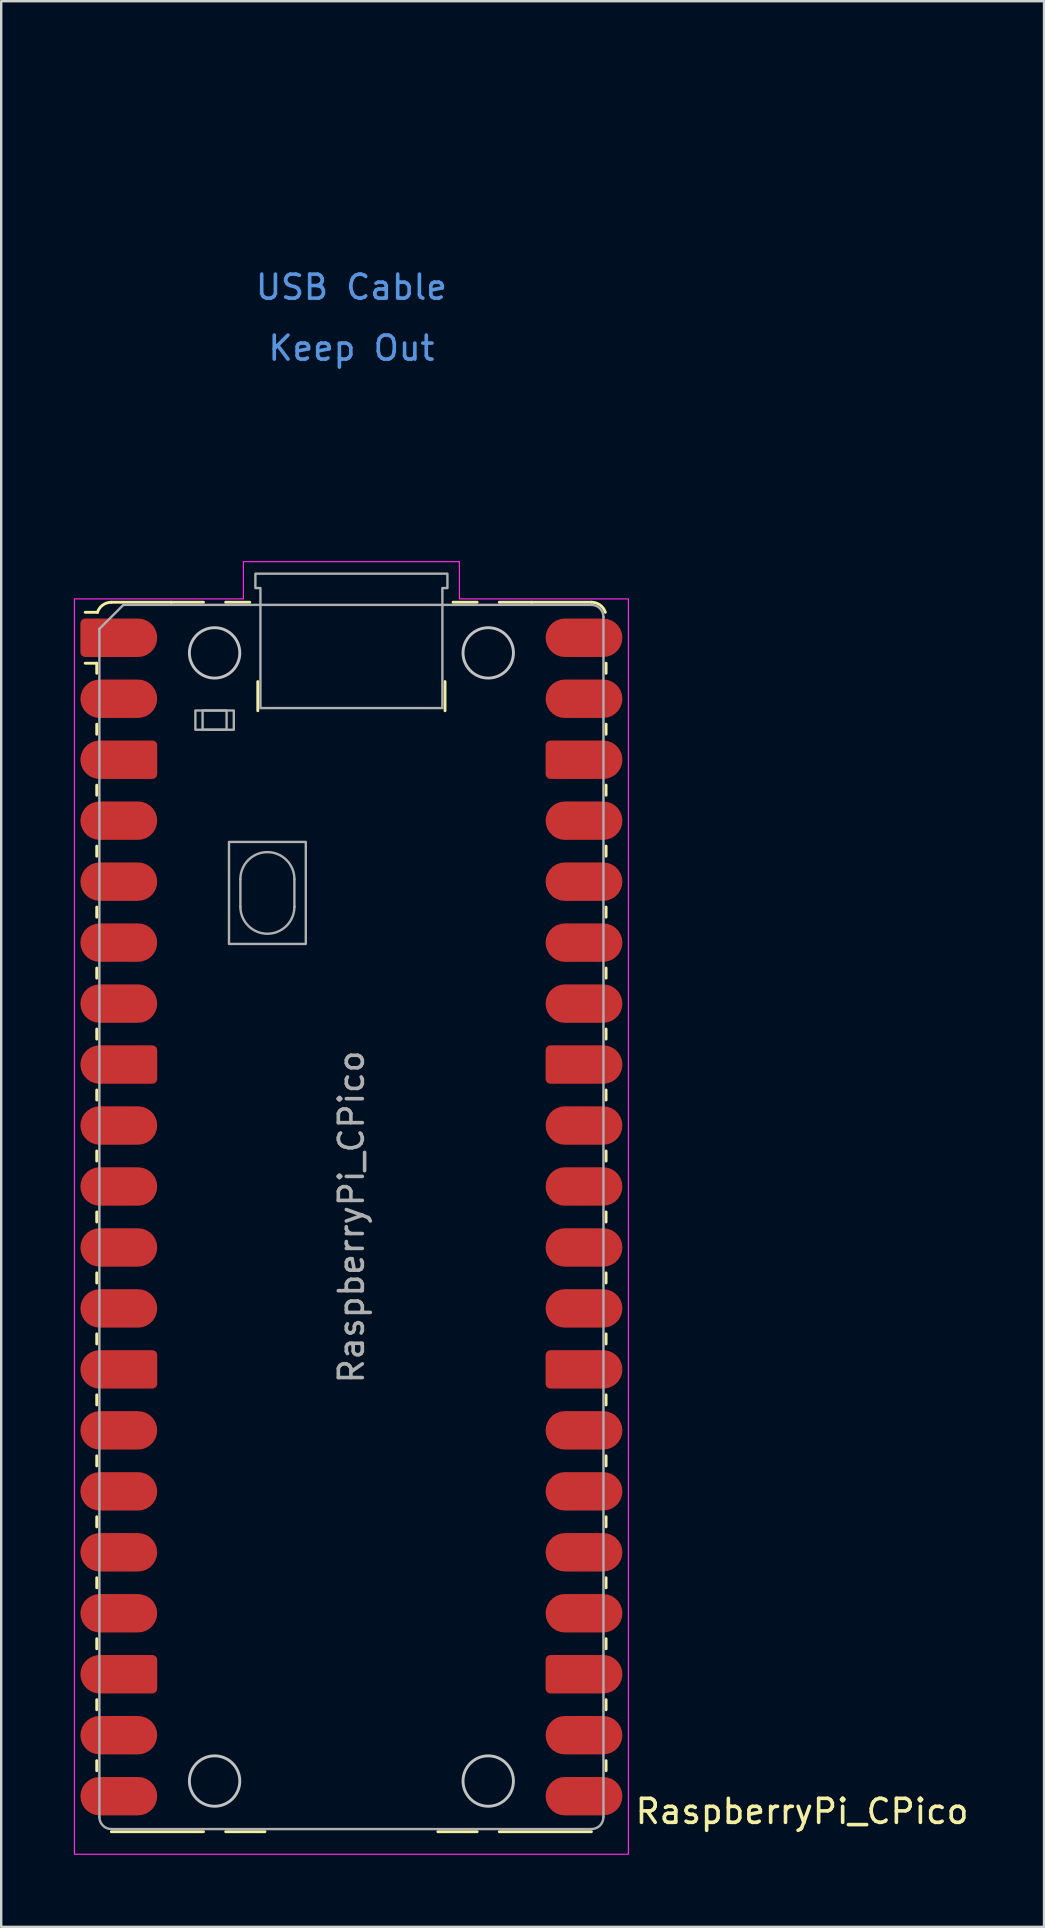
<source format=kicad_pcb>
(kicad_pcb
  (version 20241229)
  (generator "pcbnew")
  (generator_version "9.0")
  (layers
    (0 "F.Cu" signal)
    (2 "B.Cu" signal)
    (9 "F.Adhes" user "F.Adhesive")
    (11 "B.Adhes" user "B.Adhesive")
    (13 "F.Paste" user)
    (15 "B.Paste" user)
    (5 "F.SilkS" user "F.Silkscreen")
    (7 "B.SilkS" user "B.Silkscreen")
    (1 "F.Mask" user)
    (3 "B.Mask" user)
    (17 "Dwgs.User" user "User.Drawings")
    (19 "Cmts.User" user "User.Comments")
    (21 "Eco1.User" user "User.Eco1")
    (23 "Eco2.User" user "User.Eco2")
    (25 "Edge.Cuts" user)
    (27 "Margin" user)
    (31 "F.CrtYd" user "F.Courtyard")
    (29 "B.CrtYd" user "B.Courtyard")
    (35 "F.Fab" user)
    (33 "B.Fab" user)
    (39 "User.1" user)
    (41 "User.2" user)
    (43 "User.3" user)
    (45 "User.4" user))
  (footprint "RaspberryPi_CPico"
    (layer "F.Cu")
    (at 11.59 47.65)
    (property "Reference" "RaspberryPi_CPico" (at 11.748 24.765 0) (unlocked yes) (layer "F.SilkS") (effects (font (size 1 1) (thickness 0.15)) (justify left)))
    (attr smd)
    (fp_line (start -10.61 -23.07) (end -11.09 -23.07) (stroke (width 0.12) (type solid)) (layer "F.SilkS"))
    (fp_line (start -10.61 -23.07) (end -10.61 -22.65) (stroke (width 0.12) (type solid)) (layer "F.SilkS"))
    (fp_line (start -10.61 -20.53) (end -10.61 -20.11) (stroke (width 0.12) (type solid)) (layer "F.SilkS"))
    (fp_line (start -10.61 -17.99) (end -10.61 -17.57) (stroke (width 0.12) (type solid)) (layer "F.SilkS"))
    (fp_line (start -10.61 -15.45) (end -10.61 -15.03) (stroke (width 0.12) (type solid)) (layer "F.SilkS"))
    (fp_line (start -10.61 -12.91) (end -10.61 -12.49) (stroke (width 0.12) (type solid)) (layer "F.SilkS"))
    (fp_line (start -10.61 -10.37) (end -10.61 -9.95) (stroke (width 0.12) (type solid)) (layer "F.SilkS"))
    (fp_line (start -10.61 -7.83) (end -10.61 -7.41) (stroke (width 0.12) (type solid)) (layer "F.SilkS"))
    (fp_line (start -10.61 -5.29) (end -10.61 -4.87) (stroke (width 0.12) (type solid)) (layer "F.SilkS"))
    (fp_line (start -10.61 -2.75) (end -10.61 -2.33) (stroke (width 0.12) (type solid)) (layer "F.SilkS"))
    (fp_line (start -10.61 -0.21) (end -10.61 0.21) (stroke (width 0.12) (type solid)) (layer "F.SilkS"))
    (fp_line (start -10.61 2.33) (end -10.61 2.75) (stroke (width 0.12) (type solid)) (layer "F.SilkS"))
    (fp_line (start -10.61 4.87) (end -10.61 5.29) (stroke (width 0.12) (type solid)) (layer "F.SilkS"))
    (fp_line (start -10.61 7.41) (end -10.61 7.83) (stroke (width 0.12) (type solid)) (layer "F.SilkS"))
    (fp_line (start -10.61 9.95) (end -10.61 10.37) (stroke (width 0.12) (type solid)) (layer "F.SilkS"))
    (fp_line (start -10.61 12.49) (end -10.61 12.91) (stroke (width 0.12) (type solid)) (layer "F.SilkS"))
    (fp_line (start -10.61 15.03) (end -10.61 15.45) (stroke (width 0.12) (type solid)) (layer "F.SilkS"))
    (fp_line (start -10.61 17.57) (end -10.61 17.99) (stroke (width 0.12) (type solid)) (layer "F.SilkS"))
    (fp_line (start -10.61 20.11) (end -10.61 20.53) (stroke (width 0.12) (type solid)) (layer "F.SilkS"))
    (fp_line (start -10.61 22.65) (end -10.61 23.07) (stroke (width 0.12) (type solid)) (layer "F.SilkS"))
    (fp_line (start -10.58 -25.19) (end -11.09 -25.19) (stroke (width 0.12) (type solid)) (layer "F.SilkS"))
    (fp_line (start -10 -25.61) (end -7.51 -25.61) (stroke (width 0.12) (type solid)) (layer "F.SilkS"))
    (fp_line (start -10 25.61) (end -6.162 25.61) (stroke (width 0.12) (type solid)) (layer "F.SilkS"))
    (fp_line (start -7.51 -25.61) (end -6.162 -25.61) (stroke (width 0.12) (type solid)) (layer "F.SilkS"))
    (fp_line (start -5.238 -25.61) (end -4.235 -25.61) (stroke (width 0.12) (type solid)) (layer "F.SilkS"))
    (fp_line (start -3.9 -22.306) (end -3.9 -21.09) (stroke (width 0.12) (type solid)) (layer "F.SilkS"))
    (fp_line (start -3.6 25.61) (end -5.238 25.61) (stroke (width 0.12) (type solid)) (layer "F.SilkS"))
    (fp_line (start 3.9 -22.306) (end 3.9 -21.09) (stroke (width 0.12) (type solid)) (layer "F.SilkS"))
    (fp_line (start 4.235 -25.61) (end 5.238 -25.61) (stroke (width 0.12) (type solid)) (layer "F.SilkS"))
    (fp_line (start 5.238 25.61) (end 3.6 25.61) (stroke (width 0.12) (type solid)) (layer "F.SilkS"))
    (fp_line (start 6.162 -25.61) (end 7.51 -25.61) (stroke (width 0.12) (type solid)) (layer "F.SilkS"))
    (fp_line (start 6.162 25.61) (end 10 25.61) (stroke (width 0.12) (type solid)) (layer "F.SilkS"))
    (fp_line (start 10 -25.61) (end 7.51 -25.61) (stroke (width 0.12) (type solid)) (layer "F.SilkS"))
    (fp_line (start 10.61 -23.07) (end 10.61 -22.65) (stroke (width 0.12) (type solid)) (layer "F.SilkS"))
    (fp_line (start 10.61 -20.53) (end 10.61 -20.11) (stroke (width 0.12) (type solid)) (layer "F.SilkS"))
    (fp_line (start 10.61 -17.99) (end 10.61 -17.57) (stroke (width 0.12) (type solid)) (layer "F.SilkS"))
    (fp_line (start 10.61 -15.45) (end 10.61 -15.03) (stroke (width 0.12) (type solid)) (layer "F.SilkS"))
    (fp_line (start 10.61 -12.91) (end 10.61 -12.49) (stroke (width 0.12) (type solid)) (layer "F.SilkS"))
    (fp_line (start 10.61 -10.37) (end 10.61 -9.95) (stroke (width 0.12) (type solid)) (layer "F.SilkS"))
    (fp_line (start 10.61 -7.83) (end 10.61 -7.41) (stroke (width 0.12) (type solid)) (layer "F.SilkS"))
    (fp_line (start 10.61 -5.29) (end 10.61 -4.87) (stroke (width 0.12) (type solid)) (layer "F.SilkS"))
    (fp_line (start 10.61 -2.75) (end 10.61 -2.33) (stroke (width 0.12) (type solid)) (layer "F.SilkS"))
    (fp_line (start 10.61 -0.21) (end 10.61 0.21) (stroke (width 0.12) (type solid)) (layer "F.SilkS"))
    (fp_line (start 10.61 2.33) (end 10.61 2.75) (stroke (width 0.12) (type solid)) (layer "F.SilkS"))
    (fp_line (start 10.61 4.87) (end 10.61 5.29) (stroke (width 0.12) (type solid)) (layer "F.SilkS"))
    (fp_line (start 10.61 7.41) (end 10.61 7.83) (stroke (width 0.12) (type solid)) (layer "F.SilkS"))
    (fp_line (start 10.61 9.95) (end 10.61 10.37) (stroke (width 0.12) (type solid)) (layer "F.SilkS"))
    (fp_line (start 10.61 12.49) (end 10.61 12.91) (stroke (width 0.12) (type solid)) (layer "F.SilkS"))
    (fp_line (start 10.61 15.03) (end 10.61 15.45) (stroke (width 0.12) (type solid)) (layer "F.SilkS"))
    (fp_line (start 10.61 17.57) (end 10.61 17.99) (stroke (width 0.12) (type solid)) (layer "F.SilkS"))
    (fp_line (start 10.61 20.11) (end 10.61 20.53) (stroke (width 0.12) (type solid)) (layer "F.SilkS"))
    (fp_line (start 10.61 22.65) (end 10.61 23.07) (stroke (width 0.12) (type solid)) (layer "F.SilkS"))
    (fp_arc (start -10.579676 -25.19) (mid -10.357938 -25.493944) (end -10 -25.61) (stroke (width 0.12) (type solid)) (layer "F.SilkS"))
    (fp_arc (start 10 -25.61) (mid 10.357937 -25.493944) (end 10.579676 -25.189937) (stroke (width 0.12) (type solid)) (layer "F.SilkS"))
    (fp_circle (center -5.7 -23.5) (end -4.65 -23.5) (stroke (width 0.12) (type solid)) (fill no) (layer "Dwgs.User"))
    (fp_circle (center -5.7 23.5) (end -4.65 23.5) (stroke (width 0.12) (type solid)) (fill no) (layer "Dwgs.User"))
    (fp_circle (center 5.7 -23.5) (end 6.75 -23.5) (stroke (width 0.12) (type solid)) (fill no) (layer "Dwgs.User"))
    (fp_circle (center 5.7 23.5) (end 6.75 23.5) (stroke (width 0.12) (type solid)) (fill no) (layer "Dwgs.User"))
    (fp_poly (pts (xy -4.5 -27.3) (xy 4.5 -27.3) (xy 4.5 -25.75) (xy 11.54 -25.75) (xy 11.54 26.55) (xy -11.54 26.55) (xy -11.54 -25.75) (xy -4.5 -25.75)) (stroke (width 0.05) (type solid)) (fill no) (layer "F.CrtYd"))
    (fp_line (start -10.5 -24.5) (end -9.5 -25.5) (stroke (width 0.1) (type solid)) (layer "F.Fab"))
    (fp_line (start -10.5 25) (end -10.5 -24.5) (stroke (width 0.1) (type solid)) (layer "F.Fab"))
    (fp_line (start -9.5 -25.5) (end 10 -25.5) (stroke (width 0.1) (type solid)) (layer "F.Fab"))
    (fp_line (start -4.625 -14.075) (end -4.625 -12.925) (stroke (width 0.1) (type solid)) (layer "F.Fab"))
    (fp_line (start -2.375 -14.075) (end -2.375 -12.925) (stroke (width 0.1) (type solid)) (layer "F.Fab"))
    (fp_line (start 10 25.5) (end -10 25.5) (stroke (width 0.1) (type solid)) (layer "F.Fab"))
    (fp_line (start 10.5 -25) (end 10.5 25) (stroke (width 0.1) (type solid)) (layer "F.Fab"))
    (fp_rect (start -6.5 -21.1) (end -4.9 -20.3) (stroke (width 0.1) (type solid)) (fill no) (layer "F.Fab"))
    (fp_rect (start -6.2 -21.1) (end -5.2 -20.3) (stroke (width 0.1) (type solid)) (fill no) (layer "F.Fab"))
    (fp_rect (start -5.1 -15.625) (end -1.9 -11.375) (stroke (width 0.1) (type solid)) (fill no) (layer "F.Fab"))
    (fp_arc (start -10 25.5) (mid -10.353553 25.353553) (end -10.5 25) (stroke (width 0.1) (type solid)) (layer "F.Fab"))
    (fp_arc (start -4.625 -14.075) (mid -3.5 -15.2) (end -2.375 -14.075) (stroke (width 0.1) (type solid)) (layer "F.Fab"))
    (fp_arc (start -2.375 -12.925) (mid -3.5 -11.8) (end -4.625 -12.925) (stroke (width 0.1) (type solid)) (layer "F.Fab"))
    (fp_arc (start 10 -25.5) (mid 10.353553 -25.353553) (end 10.5 -25) (stroke (width 0.1) (type solid)) (layer "F.Fab"))
    (fp_arc (start 10.5 25) (mid 10.353553 25.353553) (end 10 25.5) (stroke (width 0.1) (type solid)) (layer "F.Fab"))
    (fp_poly (pts (xy 3.79 -21.2) (xy 3.79 -26.2) (xy 4 -26.2) (xy 4 -26.8) (xy -4 -26.8) (xy -4 -26.2) (xy -3.79 -26.2) (xy -3.79 -21.2)) (stroke (width 0.1) (type solid)) (fill no) (layer "F.Fab"))
    (fp_text user "USB Cable" (at 0 -38.735 0) (unlocked yes) (layer "Cmts.User") (effects (font (size 1 1) (thickness 0.15))))
    (fp_text user "Keep Out" (at 0 -36.195 0) (unlocked yes) (layer "Cmts.User") (effects (font (size 1 1) (thickness 0.15))))
    (fp_text user "${REFERENCE}" (at 0 0 90) (layer "F.Fab") (effects (font (size 1 1) (thickness 0.15))))
    (pad "" smd rect (at -8.89 -24.13) (size 3.8 2.2) (drill (offset -0.8 0)) (layers "F.Paste"))
    (pad "" smd rect (at -8.89 -21.59) (size 3.8 2.2) (drill (offset -0.8 0)) (layers "F.Paste"))
    (pad "" smd rect (at -8.89 -19.05) (size 3.8 2.2) (drill (offset -0.8 0)) (layers "F.Paste"))
    (pad "" smd rect (at -8.89 -16.51) (size 3.8 2.2) (drill (offset -0.8 0)) (layers "F.Paste"))
    (pad "" smd rect (at -8.89 -13.97) (size 3.8 2.2) (drill (offset -0.8 0)) (layers "F.Paste"))
    (pad "" smd rect (at -8.89 -11.43) (size 3.8 2.2) (drill (offset -0.8 0)) (layers "F.Paste"))
    (pad "" smd rect (at -8.89 -8.89) (size 3.8 2.2) (drill (offset -0.8 0)) (layers "F.Paste"))
    (pad "" smd rect (at -8.89 -6.35) (size 3.8 2.2) (drill (offset -0.8 0)) (layers "F.Paste"))
    (pad "" smd rect (at -8.89 -3.81) (size 3.8 2.2) (drill (offset -0.8 0)) (layers "F.Paste"))
    (pad "" smd rect (at -8.89 -1.27) (size 3.8 2.2) (drill (offset -0.8 0)) (layers "F.Paste"))
    (pad "" smd rect (at -8.89 1.27) (size 3.8 2.2) (drill (offset -0.8 0)) (layers "F.Paste"))
    (pad "" smd rect (at -8.89 3.81) (size 3.8 2.2) (drill (offset -0.8 0)) (layers "F.Paste"))
    (pad "" smd rect (at -8.89 6.35) (size 3.8 2.2) (drill (offset -0.8 0)) (layers "F.Paste"))
    (pad "" smd rect (at -8.89 8.89) (size 3.8 2.2) (drill (offset -0.8 0)) (layers "F.Paste"))
    (pad "" smd rect (at -8.89 11.43) (size 3.8 2.2) (drill (offset -0.8 0)) (layers "F.Paste"))
    (pad "" smd rect (at -8.89 13.97) (size 3.8 2.2) (drill (offset -0.8 0)) (layers "F.Paste"))
    (pad "" smd rect (at -8.89 16.51) (size 3.8 2.2) (drill (offset -0.8 0)) (layers "F.Paste"))
    (pad "" smd rect (at -8.89 19.05) (size 3.8 2.2) (drill (offset -0.8 0)) (layers "F.Paste"))
    (pad "" smd rect (at -8.89 21.59) (size 3.8 2.2) (drill (offset -0.8 0)) (layers "F.Paste"))
    (pad "" smd rect (at -8.89 24.13) (size 3.8 2.2) (drill (offset -0.8 0)) (layers "F.Paste"))
    (pad "" smd rect (at 8.89 -24.13) (size 3.8 2.2) (drill (offset 0.8 0)) (layers "F.Paste"))
    (pad "" smd rect (at 8.89 -21.59) (size 3.8 2.2) (drill (offset 0.8 0)) (layers "F.Paste"))
    (pad "" smd rect (at 8.89 -19.05) (size 3.8 2.2) (drill (offset 0.8 0)) (layers "F.Paste"))
    (pad "" smd rect (at 8.89 -16.51) (size 3.8 2.2) (drill (offset 0.8 0)) (layers "F.Paste"))
    (pad "" smd rect (at 8.89 -13.97) (size 3.8 2.2) (drill (offset 0.8 0)) (layers "F.Paste"))
    (pad "" smd rect (at 8.89 -11.43) (size 3.8 2.2) (drill (offset 0.8 0)) (layers "F.Paste"))
    (pad "" smd rect (at 8.89 -8.89) (size 3.8 2.2) (drill (offset 0.8 0)) (layers "F.Paste"))
    (pad "" smd rect (at 8.89 -6.35) (size 3.8 2.2) (drill (offset 0.8 0)) (layers "F.Paste"))
    (pad "" smd rect (at 8.89 -3.81) (size 3.8 2.2) (drill (offset 0.8 0)) (layers "F.Paste"))
    (pad "" smd rect (at 8.89 -1.27) (size 3.8 2.2) (drill (offset 0.8 0)) (layers "F.Paste"))
    (pad "" smd rect (at 8.89 1.27) (size 3.8 2.2) (drill (offset 0.8 0)) (layers "F.Paste"))
    (pad "" smd rect (at 8.89 3.81) (size 3.8 2.2) (drill (offset 0.8 0)) (layers "F.Paste"))
    (pad "" smd rect (at 8.89 6.35) (size 3.8 2.2) (drill (offset 0.8 0)) (layers "F.Paste"))
    (pad "" smd rect (at 8.89 8.89) (size 3.8 2.2) (drill (offset 0.8 0)) (layers "F.Paste"))
    (pad "" smd rect (at 8.89 11.43) (size 3.8 2.2) (drill (offset 0.8 0)) (layers "F.Paste"))
    (pad "" smd rect (at 8.89 13.97) (size 3.8 2.2) (drill (offset 0.8 0)) (layers "F.Paste"))
    (pad "" smd rect (at 8.89 16.51) (size 3.8 2.2) (drill (offset 0.8 0)) (layers "F.Paste"))
    (pad "" smd rect (at 8.89 19.05) (size 3.8 2.2) (drill (offset 0.8 0)) (layers "F.Paste"))
    (pad "" smd rect (at 8.89 21.59) (size 3.8 2.2) (drill (offset 0.8 0)) (layers "F.Paste"))
    (pad "" smd rect (at 8.89 24.13) (size 3.8 2.2) (drill (offset 0.8 0)) (layers "F.Paste"))
    (pad "1" smd custom (at -9.69 -24.13) (size 1.6 0.8) (layers "F.Cu" "F.Mask") (options (anchor rect)) (primitives (gr_circle (center 0.8 0) (end 1.6 0) (width 0) (fill yes)) (gr_poly (pts (xy -1.6 -0.6) (xy -1.6 0.6) (xy -1.4 0.8) (xy 0.8 0.8) (xy 0.8 -0.8) (xy -1.4 -0.8)) (width 0) (fill yes)) (gr_circle (center -1.4 -0.6) (end -1.2 -0.6) (width 0) (fill yes)) (gr_circle (center -1.4 0.6) (end -1.2 0.6) (width 0) (fill yes))))
    (pad "2" smd roundrect (at -9.69 -21.59) (size 3.2 1.6) (layers "F.Cu" "F.Mask") (roundrect_rratio 0.5))
    (pad "3" smd custom (at -9.69 -19.05) (size 1.6 0.8) (layers "F.Cu" "F.Mask") (options (anchor rect)) (primitives (gr_circle (center -0.8 0) (end 0 0) (width 0) (fill yes)) (gr_poly (pts (xy 1.6 -0.6) (xy 1.6 0.6) (xy 1.4 0.8) (xy -0.8 0.8) (xy -0.8 -0.8) (xy 1.4 -0.8)) (width 0) (fill yes)) (gr_circle (center 1.4 -0.6) (end 1.6 -0.6) (width 0) (fill yes)) (gr_circle (center 1.4 0.6) (end 1.6 0.6) (width 0) (fill yes))))
    (pad "4" smd roundrect (at -9.69 -16.51) (size 3.2 1.6) (layers "F.Cu" "F.Mask") (roundrect_rratio 0.5))
    (pad "5" smd roundrect (at -9.69 -13.97) (size 3.2 1.6) (layers "F.Cu" "F.Mask") (roundrect_rratio 0.5))
    (pad "6" smd roundrect (at -9.69 -11.43) (size 3.2 1.6) (layers "F.Cu" "F.Mask") (roundrect_rratio 0.5))
    (pad "7" smd roundrect (at -9.69 -8.89) (size 3.2 1.6) (layers "F.Cu" "F.Mask") (roundrect_rratio 0.5))
    (pad "8" smd custom (at -9.69 -6.35) (size 1.6 0.8) (layers "F.Cu" "F.Mask") (options (anchor rect)) (primitives (gr_circle (center -0.8 0) (end 0 0) (width 0) (fill yes)) (gr_poly (pts (xy 1.6 -0.6) (xy 1.6 0.6) (xy 1.4 0.8) (xy -0.8 0.8) (xy -0.8 -0.8) (xy 1.4 -0.8)) (width 0) (fill yes)) (gr_circle (center 1.4 -0.6) (end 1.6 -0.6) (width 0) (fill yes)) (gr_circle (center 1.4 0.6) (end 1.6 0.6) (width 0) (fill yes))))
    (pad "9" smd roundrect (at -9.69 -3.81) (size 3.2 1.6) (layers "F.Cu" "F.Mask") (roundrect_rratio 0.5))
    (pad "10" smd roundrect (at -9.69 -1.27) (size 3.2 1.6) (layers "F.Cu" "F.Mask") (roundrect_rratio 0.5))
    (pad "11" smd roundrect (at -9.69 1.27) (size 3.2 1.6) (layers "F.Cu" "F.Mask") (roundrect_rratio 0.5))
    (pad "12" smd roundrect (at -9.69 3.81) (size 3.2 1.6) (layers "F.Cu" "F.Mask") (roundrect_rratio 0.5))
    (pad "13" smd custom (at -9.69 6.35) (size 1.6 0.8) (layers "F.Cu" "F.Mask") (options (anchor rect)) (primitives (gr_circle (center -0.8 0) (end 0 0) (width 0) (fill yes)) (gr_poly (pts (xy 1.6 -0.6) (xy 1.6 0.6) (xy 1.4 0.8) (xy -0.8 0.8) (xy -0.8 -0.8) (xy 1.4 -0.8)) (width 0) (fill yes)) (gr_circle (center 1.4 -0.6) (end 1.6 -0.6) (width 0) (fill yes)) (gr_circle (center 1.4 0.6) (end 1.6 0.6) (width 0) (fill yes))))
    (pad "14" smd roundrect (at -9.69 8.89) (size 3.2 1.6) (layers "F.Cu" "F.Mask") (roundrect_rratio 0.5))
    (pad "15" smd roundrect (at -9.69 11.43) (size 3.2 1.6) (layers "F.Cu" "F.Mask") (roundrect_rratio 0.5))
    (pad "16" smd roundrect (at -9.69 13.97) (size 3.2 1.6) (layers "F.Cu" "F.Mask") (roundrect_rratio 0.5))
    (pad "17" smd roundrect (at -9.69 16.51) (size 3.2 1.6) (layers "F.Cu" "F.Mask") (roundrect_rratio 0.5))
    (pad "18" smd custom (at -9.69 19.05) (size 1.6 0.8) (layers "F.Cu" "F.Mask") (options (anchor rect)) (primitives (gr_circle (center -0.8 0) (end 0 0) (width 0) (fill yes)) (gr_poly (pts (xy 1.6 -0.6) (xy 1.6 0.6) (xy 1.4 0.8) (xy -0.8 0.8) (xy -0.8 -0.8) (xy 1.4 -0.8)) (width 0) (fill yes)) (gr_circle (center 1.4 -0.6) (end 1.6 -0.6) (width 0) (fill yes)) (gr_circle (center 1.4 0.6) (end 1.6 0.6) (width 0) (fill yes))))
    (pad "19" smd roundrect (at -9.69 21.59) (size 3.2 1.6) (layers "F.Cu" "F.Mask") (roundrect_rratio 0.5))
    (pad "20" smd roundrect (at -9.69 24.13) (size 3.2 1.6) (layers "F.Cu" "F.Mask") (roundrect_rratio 0.5))
    (pad "21" smd roundrect (at 9.69 24.13) (size 3.2 1.6) (layers "F.Cu" "F.Mask") (roundrect_rratio 0.5))
    (pad "22" smd roundrect (at 9.69 21.59) (size 3.2 1.6) (layers "F.Cu" "F.Mask") (roundrect_rratio 0.5))
    (pad "23" smd custom (at 9.69 19.05) (size 1.6 0.8) (layers "F.Cu" "F.Mask") (options (anchor rect)) (primitives (gr_circle (center 0.8 0) (end 1.6 0) (width 0) (fill yes)) (gr_poly (pts (xy -1.6 -0.6) (xy -1.6 0.6) (xy -1.4 0.8) (xy 0.8 0.8) (xy 0.8 -0.8) (xy -1.4 -0.8)) (width 0) (fill yes)) (gr_circle (center -1.4 -0.6) (end -1.2 -0.6) (width 0) (fill yes)) (gr_circle (center -1.4 0.6) (end -1.2 0.6) (width 0) (fill yes))))
    (pad "24" smd roundrect (at 9.69 16.51) (size 3.2 1.6) (layers "F.Cu" "F.Mask") (roundrect_rratio 0.5))
    (pad "25" smd roundrect (at 9.69 13.97) (size 3.2 1.6) (layers "F.Cu" "F.Mask") (roundrect_rratio 0.5))
    (pad "26" smd roundrect (at 9.69 11.43) (size 3.2 1.6) (layers "F.Cu" "F.Mask") (roundrect_rratio 0.5))
    (pad "27" smd roundrect (at 9.69 8.89) (size 3.2 1.6) (layers "F.Cu" "F.Mask") (roundrect_rratio 0.5))
    (pad "28" smd custom (at 9.69 6.35) (size 1.6 0.8) (layers "F.Cu" "F.Mask") (options (anchor rect)) (primitives (gr_circle (center 0.8 0) (end 1.6 0) (width 0) (fill yes)) (gr_poly (pts (xy -1.6 -0.6) (xy -1.6 0.6) (xy -1.4 0.8) (xy 0.8 0.8) (xy 0.8 -0.8) (xy -1.4 -0.8)) (width 0) (fill yes)) (gr_circle (center -1.4 -0.6) (end -1.2 -0.6) (width 0) (fill yes)) (gr_circle (center -1.4 0.6) (end -1.2 0.6) (width 0) (fill yes))))
    (pad "29" smd roundrect (at 9.69 3.81) (size 3.2 1.6) (layers "F.Cu" "F.Mask") (roundrect_rratio 0.5))
    (pad "30" smd roundrect (at 9.69 1.27) (size 3.2 1.6) (layers "F.Cu" "F.Mask") (roundrect_rratio 0.5))
    (pad "31" smd roundrect (at 9.69 -1.27) (size 3.2 1.6) (layers "F.Cu" "F.Mask") (roundrect_rratio 0.5))
    (pad "32" smd roundrect (at 9.69 -3.81) (size 3.2 1.6) (layers "F.Cu" "F.Mask") (roundrect_rratio 0.5))
    (pad "33" smd custom (at 9.69 -6.35) (size 1.6 0.8) (layers "F.Cu" "F.Mask") (options (anchor rect)) (primitives (gr_circle (center 0.8 0) (end 1.6 0) (width 0) (fill yes)) (gr_poly (pts (xy -1.6 -0.6) (xy -1.6 0.6) (xy -1.4 0.8) (xy 0.8 0.8) (xy 0.8 -0.8) (xy -1.4 -0.8)) (width 0) (fill yes)) (gr_circle (center -1.4 -0.6) (end -1.2 -0.6) (width 0) (fill yes)) (gr_circle (center -1.4 0.6) (end -1.2 0.6) (width 0) (fill yes))))
    (pad "34" smd roundrect (at 9.69 -8.89) (size 3.2 1.6) (layers "F.Cu" "F.Mask") (roundrect_rratio 0.5))
    (pad "35" smd roundrect (at 9.69 -11.43) (size 3.2 1.6) (layers "F.Cu" "F.Mask") (roundrect_rratio 0.5))
    (pad "36" smd roundrect (at 9.69 -13.97) (size 3.2 1.6) (layers "F.Cu" "F.Mask") (roundrect_rratio 0.5))
    (pad "37" smd roundrect (at 9.69 -16.51) (size 3.2 1.6) (layers "F.Cu" "F.Mask") (roundrect_rratio 0.5))
    (pad "38" smd custom (at 9.69 -19.05) (size 1.6 0.8) (layers "F.Cu" "F.Mask") (options (anchor rect)) (primitives (gr_circle (center 0.8 0) (end 1.6 0) (width 0) (fill yes)) (gr_poly (pts (xy -1.6 -0.6) (xy -1.6 0.6) (xy -1.4 0.8) (xy 0.8 0.8) (xy 0.8 -0.8) (xy -1.4 -0.8)) (width 0) (fill yes)) (gr_circle (center -1.4 -0.6) (end -1.2 -0.6) (width 0) (fill yes)) (gr_circle (center -1.4 0.6) (end -1.2 0.6) (width 0) (fill yes))))
    (pad "39" smd roundrect (at 9.69 -21.59) (size 3.2 1.6) (layers "F.Cu" "F.Mask") (roundrect_rratio 0.5))
    (pad "40" smd roundrect (at 9.69 -24.13) (size 3.2 1.6) (layers "F.Cu" "F.Mask") (roundrect_rratio 0.5))
    (zone (net_name "") (layer "Edge.Cuts") (name "Board Keep Out USB Cable") (hatch edge 0.5) (connect_pads) (min_thickness 0.254) (filled_areas_thickness no) (keepout (tracks allowed) (vias allowed) (pads allowed) (copperpour allowed) (footprints allowed)) (placement (enabled no)) (fill) (polygon (pts (xy 5.39 0) (xy 17.79 0) (xy 17.79 20.4) (xy 5.39 20.4))))
    (zone (net_name "") (layer "F.CrtYd") (name "USB Cable Keep Out") (hatch full 0.5) (connect_pads) (min_thickness 0.254) (filled_areas_thickness no) (keepout (tracks allowed) (vias allowed) (pads allowed) (copperpour allowed) (footprints not_allowed)) (placement (enabled no)) (fill) (polygon (pts (xy 5.84 19.95) (xy 7.65 19.95) (xy 7.65 20.35) (xy 15.53 20.35) (xy 15.53 19.95) (xy 17.34 19.95) (xy 17.34 0.45) (xy 5.84 0.45)))))
  (gr_rect
    (start -3 -3)
    (end 40.445 77.225)
    (stroke (width 0.1) (type default))
    (fill no)
    (layer "Edge.Cuts")))
</source>
